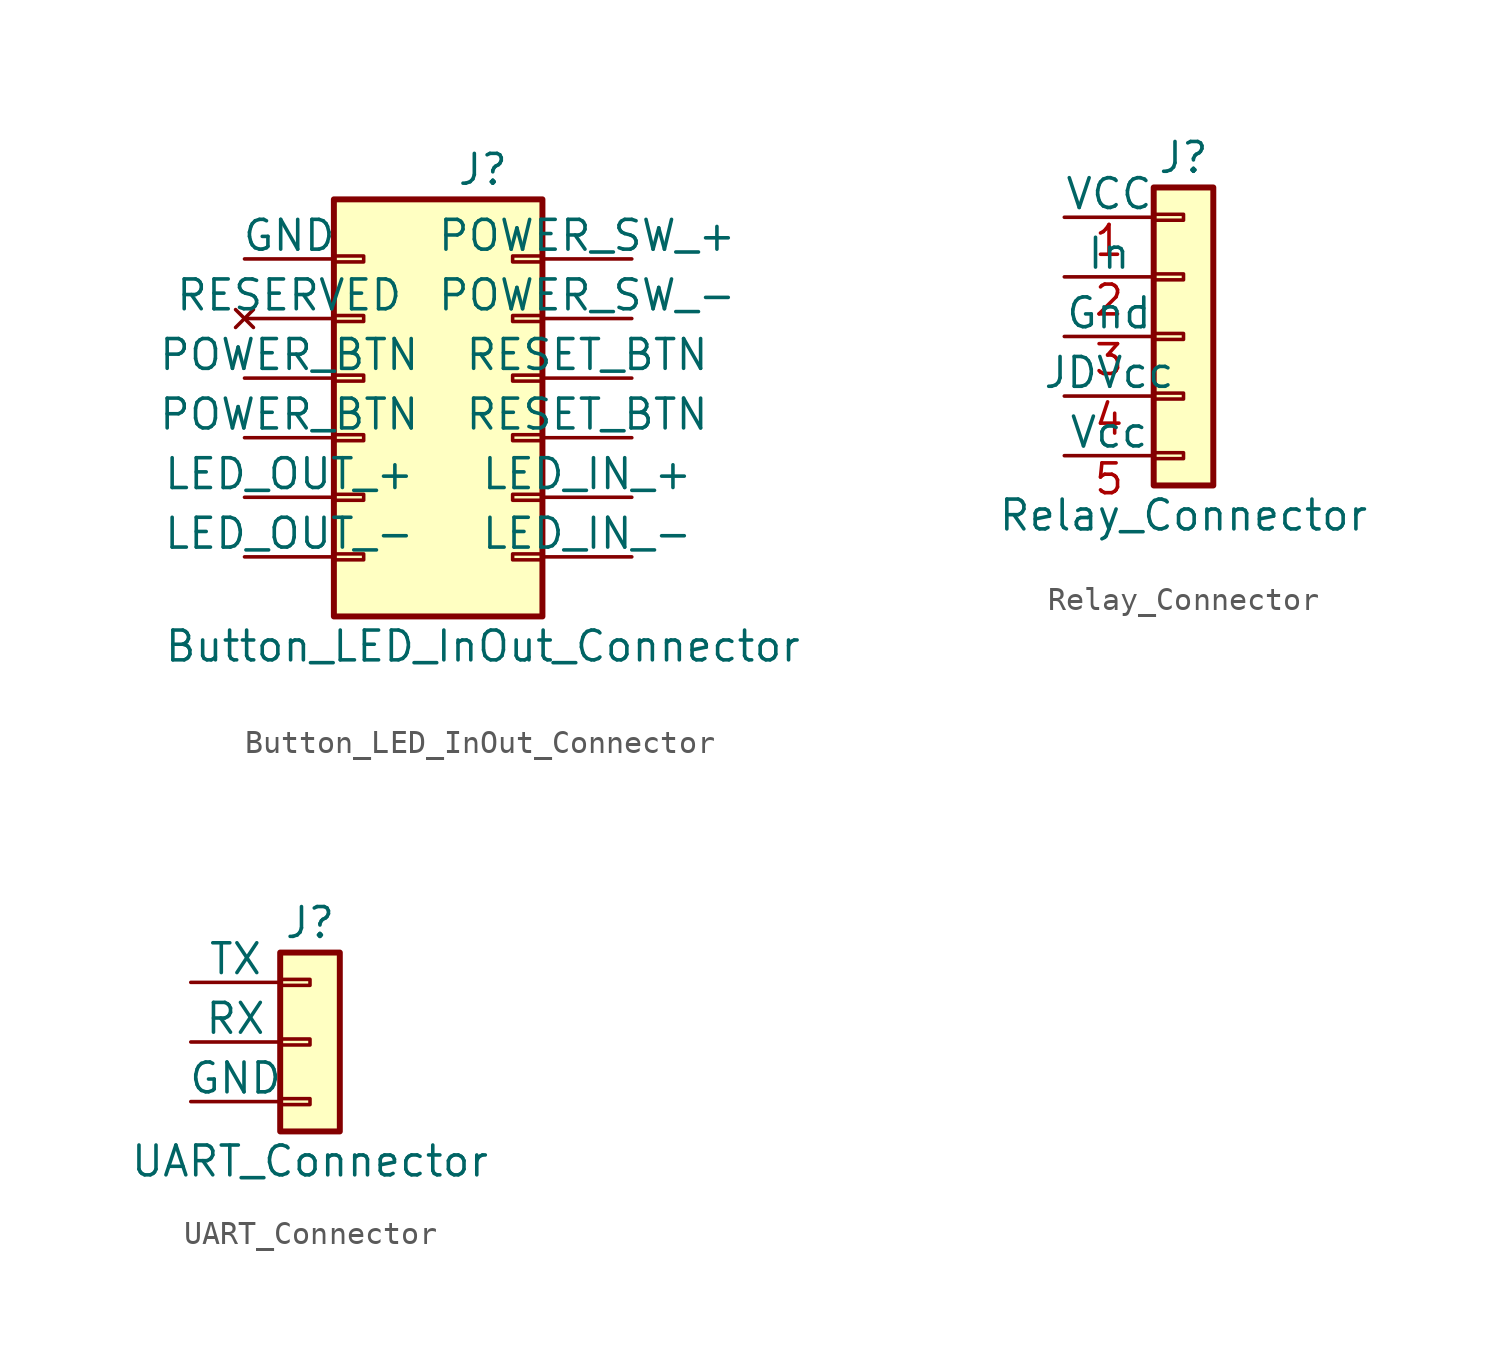
<source format=kicad_sym>
(kicad_symbol_lib
  (version 20220914)
  (generator kicad_symbol_editor)
  (symbol "Button_LED_InOut_Connector"
    (pin_numbers hide)
    (pin_names
      (offset 0))
    (property "Reference" "J"
      (at 1.27 8.89 0)
      (effects (font (size 1.27 1.27))))
    (property "Value" "Button_LED_InOut_Connector"
      (at 1.27 -11.43 0)
      (effects (font (size 1.27 1.27))))
    (symbol "Button_LED_InOut_Connector_1_1"
      (rectangle (start -5.08 -7.493) (end -3.81 -7.747) (stroke (width 0.152) (type default)) (fill (type none)))
      (rectangle (start -5.08 -4.953) (end -3.81 -5.207) (stroke (width 0.152) (type default)) (fill (type none)))
      (rectangle (start -5.08 -2.413) (end -3.81 -2.667) (stroke (width 0.152) (type default)) (fill (type none)))
      (rectangle (start -5.08 0.127) (end -3.81 -0.127) (stroke (width 0.152) (type default)) (fill (type none)))
      (rectangle (start -5.08 2.667) (end -3.81 2.413) (stroke (width 0.152) (type default)) (fill (type none)))
      (rectangle (start -5.08 5.207) (end -3.81 4.953) (stroke (width 0.152) (type default)) (fill (type none)))
      (rectangle (start -5.08 7.62) (end 3.81 -10.16) (stroke (width 0.254) (type default)) (fill (type background)))
      (rectangle (start 3.81 -7.493) (end 2.54 -7.747) (stroke (width 0.152) (type default)) (fill (type none)))
      (rectangle (start 3.81 -4.953) (end 2.54 -5.207) (stroke (width 0.152) (type default)) (fill (type none)))
      (rectangle (start 3.81 -2.413) (end 2.54 -2.667) (stroke (width 0.152) (type default)) (fill (type none)))
      (rectangle (start 3.81 0.127) (end 2.54 -0.127) (stroke (width 0.152) (type default)) (fill (type none)))
      (rectangle (start 3.81 2.667) (end 2.54 2.413) (stroke (width 0.152) (type default)) (fill (type none)))
      (rectangle (start 3.81 5.207) (end 2.54 4.953) (stroke (width 0.152) (type default)) (fill (type none)))
      (pin passive line (at -8.89 5.08 0) (length 3.81) (name "GND" (effects (font (size 1.27 1.27)))) (number "1" (effects (font (size 1.27 1.27)))))
      (pin input line (at 7.62 0 180) (length 3.81) (name "RESET_BTN" (effects (font (size 1.27 1.27)))) (number "10" (effects (font (size 1.27 1.27)))))
      (pin passive line (at 7.62 2.54 180) (length 3.81) (name "POWER_SW_-" (effects (font (size 1.27 1.27)))) (number "11" (effects (font (size 1.27 1.27)))))
      (pin input line (at 7.62 5.08 180) (length 3.81) (name "POWER_SW_+" (effects (font (size 1.27 1.27)))) (number "12" (effects (font (size 1.27 1.27)))))
      (pin no_connect line (at -8.89 2.54 0) (length 3.81) (name "RESERVED" (effects (font (size 1.27 1.27)))) (number "2" (effects (font (size 1.27 1.27)))))
      (pin input line (at -8.89 0 0) (length 3.81) (name "POWER_BTN" (effects (font (size 1.27 1.27)))) (number "3" (effects (font (size 1.27 1.27)))))
      (pin input line (at -8.89 -2.54 0) (length 3.81) (name "POWER_BTN" (effects (font (size 1.27 1.27)))) (number "4" (effects (font (size 1.27 1.27)))))
      (pin power_in line (at -8.89 -5.08 0) (length 3.81) (name "LED_OUT_+" (effects (font (size 1.27 1.27)))) (number "5" (effects (font (size 1.27 1.27)))))
      (pin passive line (at -8.89 -7.62 0) (length 3.81) (name "LED_OUT_-" (effects (font (size 1.27 1.27)))) (number "6" (effects (font (size 1.27 1.27)))))
      (pin passive line (at 7.62 -7.62 180) (length 3.81) (name "LED_IN_-" (effects (font (size 1.27 1.27)))) (number "7" (effects (font (size 1.27 1.27)))))
      (pin output line (at 7.62 -5.08 180) (length 3.81) (name "LED_IN_+" (effects (font (size 1.27 1.27)))) (number "8" (effects (font (size 1.27 1.27)))))
      (pin input line (at 7.62 -2.54 180) (length 3.81) (name "RESET_BTN" (effects (font (size 1.27 1.27)))) (number "9" (effects (font (size 1.27 1.27)))))))
  (symbol "Relay_Connector"
    (pin_names
      (offset 0))
    (property "Reference" "J"
      (at 0 7.62 0)
      (effects (font (size 1.27 1.27))))
    (property "Value" "Relay_Connector"
      (at 0 -7.62 0)
      (effects (font (size 1.27 1.27))))
    (symbol "Relay_Connector_1_1"
      (rectangle (start -1.27 -4.953) (end 0 -5.207) (stroke (width 0.152) (type default)) (fill (type none)))
      (rectangle (start -1.27 -2.413) (end 0 -2.667) (stroke (width 0.152) (type default)) (fill (type none)))
      (rectangle (start -1.27 0.127) (end 0 -0.127) (stroke (width 0.152) (type default)) (fill (type none)))
      (rectangle (start -1.27 2.667) (end 0 2.413) (stroke (width 0.152) (type default)) (fill (type none)))
      (rectangle (start -1.27 5.207) (end 0 4.953) (stroke (width 0.152) (type default)) (fill (type none)))
      (rectangle (start -1.27 6.35) (end 1.27 -6.35) (stroke (width 0.254) (type default)) (fill (type background)))
      (pin passive line (at -5.08 5.08 0) (length 3.81) (name "VCC" (effects (font (size 1.27 1.27)))) (number "1" (effects (font (size 1.27 1.27)))))
      (pin passive line (at -5.08 2.54 0) (length 3.81) (name "In" (effects (font (size 1.27 1.27)))) (number "2" (effects (font (size 1.27 1.27)))))
      (pin passive line (at -5.08 0 0) (length 3.81) (name "Gnd" (effects (font (size 1.27 1.27)))) (number "3" (effects (font (size 1.27 1.27)))))
      (pin passive line (at -5.08 -2.54 0) (length 3.81) (name "JDVcc" (effects (font (size 1.27 1.27)))) (number "4" (effects (font (size 1.27 1.27)))))
      (pin passive line (at -5.08 -5.08 0) (length 3.81) (name "Vcc" (effects (font (size 1.27 1.27)))) (number "5" (effects (font (size 1.27 1.27)))))))
  (symbol "UART_Connector"
    (pin_numbers hide)
    (pin_names
      (offset 0))
    (property "Reference" "J"
      (at 0 5.08 0)
      (effects (font (size 1.27 1.27))))
    (property "Value" "UART_Connector"
      (at 0 -5.08 0)
      (effects (font (size 1.27 1.27))))
    (symbol "UART_Connector_1_1"
      (rectangle (start -1.27 -2.413) (end 0 -2.667) (stroke (width 0.152) (type default)) (fill (type none)))
      (rectangle (start -1.27 0.127) (end 0 -0.127) (stroke (width 0.152) (type default)) (fill (type none)))
      (rectangle (start -1.27 2.667) (end 0 2.413) (stroke (width 0.152) (type default)) (fill (type none)))
      (rectangle (start -1.27 3.81) (end 1.27 -3.81) (stroke (width 0.254) (type default)) (fill (type background)))
      (pin passive line (at -5.08 -2.54 0) (length 3.81) (name "GND" (effects (font (size 1.27 1.27)))) (number "1" (effects (font (size 1.27 1.27)))))
      (pin input line (at -5.08 0 0) (length 3.81) (name "RX" (effects (font (size 1.27 1.27)))) (number "2" (effects (font (size 1.27 1.27)))))
      (pin output line (at -5.08 2.54 0) (length 3.81) (name "TX" (effects (font (size 1.27 1.27)))) (number "3" (effects (font (size 1.27 1.27))))))))
</source>
